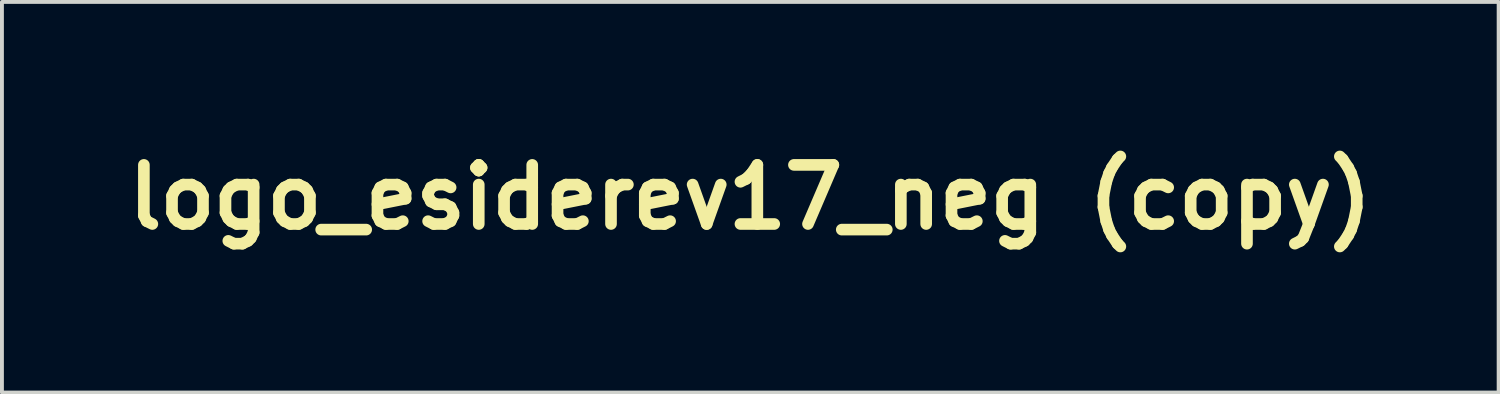
<source format=kicad_pcb>
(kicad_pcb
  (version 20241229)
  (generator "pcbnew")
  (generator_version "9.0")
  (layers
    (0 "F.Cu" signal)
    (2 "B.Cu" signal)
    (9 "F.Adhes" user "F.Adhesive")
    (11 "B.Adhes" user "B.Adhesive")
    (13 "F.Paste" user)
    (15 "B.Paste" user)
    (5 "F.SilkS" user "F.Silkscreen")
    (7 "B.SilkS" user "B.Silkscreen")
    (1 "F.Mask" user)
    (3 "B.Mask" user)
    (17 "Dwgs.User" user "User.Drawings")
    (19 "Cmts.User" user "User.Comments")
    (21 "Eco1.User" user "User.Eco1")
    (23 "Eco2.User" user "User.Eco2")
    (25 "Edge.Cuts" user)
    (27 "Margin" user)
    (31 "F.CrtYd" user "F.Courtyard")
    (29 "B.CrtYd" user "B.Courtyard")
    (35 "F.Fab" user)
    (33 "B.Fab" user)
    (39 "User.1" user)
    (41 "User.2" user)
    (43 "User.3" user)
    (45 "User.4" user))
  (footprint "logo_esiderev17_neg (copy)"
    (layer "F.Cu")
    (at 16.3 2.037)
    (property "Reference" "logo_esiderev17_neg (copy)" (at 0 0 0) (layer "F.SilkS") (effects (font (size 1.524 1.524) (thickness 0.3))))
    (attr through_hole)
    (fp_poly (pts (xy -1.898 -0.166) (xy -1.781 -0.163) (xy -1.698 -0.159) (xy -1.643 -0.153) (xy -1.608 -0.144) (xy -1.585 -0.13) (xy -1.566 -0.111) (xy -1.564 -0.109) (xy -1.531 -0.04) (xy -1.524 0.039) (xy -1.544 0.111) (xy -1.57 0.147) (xy -1.589 0.162) (xy -1.613 0.174) (xy -1.647 0.181) (xy -1.699 0.186) (xy -1.774 0.189) (xy -1.88 0.19) (xy -2.015 0.191) (xy -2.413 0.191) (xy -2.413 0.094) (xy -2.399 -0.016) (xy -2.358 -0.094) (xy -2.289 -0.143) (xy -2.27 -0.149) (xy -2.212 -0.159) (xy -2.12 -0.165) (xy -2.002 -0.167) (xy -1.898 -0.166)) (stroke (width 0.01) (type solid)) (fill yes) (layer "F.Mask"))
    (fp_poly (pts (xy -3.409 0.152) (xy -3.411 0.319) (xy -3.419 0.449) (xy -3.437 0.547) (xy -3.468 0.616) (xy -3.516 0.663) (xy -3.584 0.692) (xy -3.678 0.707) (xy -3.799 0.714) (xy -3.849 0.715) (xy -3.967 0.716) (xy -4.052 0.714) (xy -4.114 0.708) (xy -4.162 0.697) (xy -4.203 0.68) (xy -4.273 0.637) (xy -4.321 0.578) (xy -4.352 0.497) (xy -4.368 0.387) (xy -4.371 0.275) (xy -4.366 0.146) (xy -4.348 0.05) (xy -4.315 -0.025) (xy -4.262 -0.086) (xy -4.227 -0.114) (xy -4.202 -0.13) (xy -4.173 -0.142) (xy -4.132 -0.151) (xy -4.074 -0.157) (xy -3.991 -0.161) (xy -3.876 -0.164) (xy -3.787 -0.166) (xy -3.408 -0.173) (xy -3.409 0.152)) (stroke (width 0.01) (type solid)) (fill yes) (layer "F.Mask"))
    (fp_poly (pts (xy 10.16 2.032) (xy -10.16 2.032) (xy -10.16 0.484) (xy -9.009 0.484) (xy -8.999 0.607) (xy -8.961 0.722) (xy -8.894 0.821) (xy -8.8 0.897) (xy -8.777 0.908) (xy -8.723 0.933) (xy -8.667 0.952) (xy -8.605 0.966) (xy -8.529 0.977) (xy -8.434 0.984) (xy -8.314 0.989) (xy -8.163 0.991) (xy -7.996 0.993) (xy -7.493 0.995) (xy -7.493 0.677) (xy -8.002 0.677) (xy -8.17 0.677) (xy -8.301 0.675) (xy -8.4 0.672) (xy -8.473 0.667) (xy -8.524 0.661) (xy -8.558 0.652) (xy -8.573 0.645) (xy -8.635 0.6) (xy -8.668 0.537) (xy -8.678 0.447) (xy -8.678 0.445) (xy -8.675 0.381) (xy -8.663 0.33) (xy -8.637 0.29) (xy -8.594 0.26) (xy -8.529 0.239) (xy -8.438 0.225) (xy -8.318 0.217) (xy -8.163 0.213) (xy -7.979 0.212) (xy -7.493 0.212) (xy -7.493 -0.000223) (xy -7.073 -0.000223) (xy -7.054 0.111) (xy -7.008 0.213) (xy -6.935 0.295) (xy -6.873 0.336) (xy -6.829 0.356) (xy -6.784 0.37) (xy -6.728 0.38) (xy -6.654 0.388) (xy -6.553 0.393) (xy -6.444 0.397) (xy -6.319 0.402) (xy -6.229 0.406) (xy -6.168 0.412) (xy -6.129 0.42) (xy -6.103 0.432) (xy -6.084 0.448) (xy -6.074 0.461) (xy -6.037 0.534) (xy -6.043 0.606) (xy -6.084 0.668) (xy -6.102 0.685) (xy -6.121 0.698) (xy -6.147 0.707) (xy -6.186 0.713) (xy -6.243 0.717) (xy -6.325 0.719) (xy -6.437 0.72) (xy -6.586 0.72) (xy -7.048 0.72) (xy -7.048 0.998) (xy -6.556 0.991) (xy -6.398 0.989) (xy -6.276 0.986) (xy -6.185 0.982) (xy -6.117 0.977) (xy -6.068 0.971) (xy -6.03 0.961) (xy -5.999 0.949) (xy -5.976 0.937) (xy -5.89 0.88) (xy -5.833 0.813) (xy -5.799 0.725) (xy -5.783 0.608) (xy -5.782 0.582) (xy -5.78 0.493) (xy -5.784 0.432) (xy -5.797 0.388) (xy -5.82 0.345) (xy -5.825 0.339) (xy -5.866 0.285) (xy -5.914 0.245) (xy -5.974 0.215) (xy -6.054 0.194) (xy -6.16 0.18) (xy -6.299 0.171) (xy -6.382 0.167) (xy -6.496 0.162) (xy -6.595 0.158) (xy -6.67 0.155) (xy -6.715 0.152) (xy -6.724 0.151) (xy -6.778 0.086) (xy -6.794 0.004) (xy -6.792 -0.049) (xy -6.781 -0.09) (xy -6.758 -0.12) (xy -6.718 -0.142) (xy -6.655 -0.156) (xy -6.565 -0.164) (xy -6.444 -0.168) (xy -6.286 -0.169) (xy -6.246 -0.169) (xy -5.821 -0.169) (xy -5.821 -0.423) (xy -5.355 -0.423) (xy -5.355 0.995) (xy -5.08 0.995) (xy -5.08 0.275) (xy -4.646 0.275) (xy -4.645 0.391) (xy -4.641 0.475) (xy -4.634 0.538) (xy -4.621 0.589) (xy -4.601 0.639) (xy -4.597 0.646) (xy -4.532 0.757) (xy -4.448 0.854) (xy -4.359 0.921) (xy -4.353 0.924) (xy -4.292 0.95) (xy -4.219 0.969) (xy -4.128 0.981) (xy -4.012 0.987) (xy -3.863 0.988) (xy -3.799 0.987) (xy -3.672 0.984) (xy -3.578 0.98) (xy -3.51 0.973) (xy -3.46 0.963) (xy -3.419 0.948) (xy -3.397 0.937) (xy -3.291 0.865) (xy -3.214 0.772) (xy -3.181 0.709) (xy -3.172 0.684) (xy -3.164 0.654) (xy -3.157 0.614) (xy -3.152 0.56) (xy -3.148 0.488) (xy -3.145 0.394) (xy -3.142 0.273) (xy -3.142 0.269) (xy -2.667 0.269) (xy -2.665 0.441) (xy -2.659 0.578) (xy -2.646 0.683) (xy -2.625 0.763) (xy -2.593 0.824) (xy -2.55 0.872) (xy -2.494 0.911) (xy -2.466 0.927) (xy -2.425 0.946) (xy -2.38 0.961) (xy -2.325 0.972) (xy -2.254 0.981) (xy -2.163 0.986) (xy -2.044 0.99) (xy -1.892 0.992) (xy -1.783 0.992) (xy -1.312 0.995) (xy -1.312 0.72) (xy -1.798 0.72) (xy -1.954 0.72) (xy -2.072 0.719) (xy -2.161 0.717) (xy -2.223 0.714) (xy -2.267 0.708) (xy -2.297 0.7) (xy -2.318 0.688) (xy -2.338 0.673) (xy -2.342 0.67) (xy -2.379 0.63) (xy -2.396 0.582) (xy -2.401 0.516) (xy -2.402 0.413) (xy -1.947 0.402) (xy -1.795 0.398) (xy -1.678 0.394) (xy -1.592 0.389) (xy -1.529 0.383) (xy -1.484 0.375) (xy -1.45 0.364) (xy -1.421 0.35) (xy -1.418 0.348) (xy -1.331 0.273) (xy -1.275 0.171) (xy -1.25 0.041) (xy -1.249 0.005) (xy -1.26 -0.125) (xy -1.294 -0.226) (xy -1.355 -0.308) (xy -1.368 -0.32) (xy -1.411 -0.354) (xy -1.457 -0.38) (xy -1.514 -0.399) (xy -1.587 -0.411) (xy -1.684 -0.419) (xy -1.811 -0.422) (xy -1.959 -0.423) (xy -2.096 -0.423) (xy -2.198 -0.422) (xy -2.272 -0.419) (xy -2.327 -0.413) (xy -2.369 -0.404) (xy -2.406 -0.39) (xy -2.445 -0.371) (xy -2.457 -0.365) (xy -2.539 -0.312) (xy -2.596 -0.251) (xy -2.618 -0.213) (xy -2.635 -0.178) (xy -2.648 -0.143) (xy -2.657 -0.101) (xy -2.662 -0.044) (xy -2.665 0.033) (xy -2.667 0.139) (xy -2.667 0.269) (xy -3.142 0.269) (xy -3.14 0.121) (xy -3.138 -0.066) (xy -3.137 -0.217) (xy -3.132 -0.826) (xy -0.021 -0.826) (xy -0.021 -0.529) (xy 0.471 -0.529) (xy 0.65 -0.528) (xy 0.791 -0.526) (xy 0.901 -0.521) (xy 0.985 -0.513) (xy 1.048 -0.501) (xy 1.095 -0.484) (xy 1.132 -0.462) (xy 1.157 -0.442) (xy 1.204 -0.371) (xy 1.221 -0.283) (xy 1.21 -0.192) (xy 1.171 -0.109) (xy 1.128 -0.064) (xy 1.106 -0.049) (xy 1.08 -0.038) (xy 1.044 -0.03) (xy 0.99 -0.025) (xy 0.912 -0.023) (xy 0.806 -0.021) (xy 0.663 -0.021) (xy 0.659 -0.021) (xy 0.485 -0.019) (xy 0.349 -0.016) (xy 0.244 -0.009) (xy 0.166 0.002) (xy 0.108 0.018) (xy 0.066 0.039) (xy 0.033 0.067) (xy 0.026 0.074) (xy 0.01 0.094) (xy -0.002 0.117) (xy -0.01 0.148) (xy -0.016 0.193) (xy -0.019 0.259) (xy -0.021 0.352) (xy -0.021 0.477) (xy -0.021 0.562) (xy -0.021 0.995) (xy 0.275 0.995) (xy 0.275 0.659) (xy 0.276 0.524) (xy 0.279 0.427) (xy 0.284 0.36) (xy 0.292 0.32) (xy 0.304 0.299) (xy 0.305 0.298) (xy 0.344 0.286) (xy 0.424 0.28) (xy 0.545 0.279) (xy 0.573 0.28) (xy 0.813 0.286) (xy 1.022 0.64) (xy 1.232 0.995) (xy 1.567 0.995) (xy 1.535 0.932) (xy 1.513 0.892) (xy 1.474 0.824) (xy 1.423 0.735) (xy 1.365 0.634) (xy 1.333 0.581) (xy 1.278 0.484) (xy 1.891 0.484) (xy 1.901 0.607) (xy 1.94 0.722) (xy 2.007 0.821) (xy 2.101 0.897) (xy 2.123 0.908) (xy 2.178 0.933) (xy 2.233 0.952) (xy 2.296 0.966) (xy 2.372 0.977) (xy 2.467 0.984) (xy 2.587 0.989) (xy 2.737 0.991) (xy 2.905 0.993) (xy 3.408 0.995) (xy 3.408 0.677) (xy 2.899 0.677) (xy 2.731 0.677) (xy 2.6 0.675) (xy 2.501 0.672) (xy 2.428 0.667) (xy 2.377 0.661) (xy 2.342 0.652) (xy 2.328 0.645) (xy 2.266 0.6) (xy 2.233 0.537) (xy 2.223 0.447) (xy 2.223 0.445) (xy 2.226 0.381) (xy 2.238 0.33) (xy 2.264 0.29) (xy 2.307 0.26) (xy 2.372 0.239) (xy 2.463 0.225) (xy 2.583 0.217) (xy 2.738 0.213) (xy 2.921 0.212) (xy 3.408 0.212) (xy 3.408 -0.064) (xy 2.91 -0.064) (xy 2.731 -0.064) (xy 2.589 -0.067) (xy 2.48 -0.072) (xy 2.399 -0.081) (xy 2.34 -0.095) (xy 2.299 -0.114) (xy 2.271 -0.14) (xy 2.251 -0.173) (xy 2.245 -0.188) (xy 2.227 -0.271) (xy 2.236 -0.358) (xy 2.267 -0.431) (xy 2.283 -0.451) (xy 2.313 -0.474) (xy 2.355 -0.492) (xy 2.414 -0.506) (xy 2.495 -0.516) (xy 2.602 -0.523) (xy 2.741 -0.526) (xy 2.916 -0.528) (xy 2.958 -0.528) (xy 3.408 -0.529) (xy 3.408 -0.801) (xy 3.752 -0.801) (xy 3.756 -0.789) (xy 3.767 -0.761) (xy 3.79 -0.699) (xy 3.826 -0.605) (xy 3.87 -0.487) (xy 3.923 -0.347) (xy 3.982 -0.191) (xy 4.045 -0.024) (xy 4.046 -0.021) (xy 4.128 0.196) (xy 4.196 0.378) (xy 4.253 0.527) (xy 4.3 0.646) (xy 4.339 0.74) (xy 4.371 0.812) (xy 4.397 0.865) (xy 4.42 0.903) (xy 4.441 0.929) (xy 4.462 0.947) (xy 4.484 0.961) (xy 4.51 0.972) (xy 4.513 0.974) (xy 4.625 1.007) (xy 4.75 1.015) (xy 4.871 0.999) (xy 4.941 0.974) (xy 5.004 0.934) (xy 5.055 0.885) (xy 5.064 0.871) (xy 5.079 0.84) (xy 5.106 0.776) (xy 5.145 0.683) (xy 5.193 0.566) (xy 5.248 0.431) (xy 5.308 0.282) (xy 5.372 0.125) (xy 5.436 -0.034) (xy 5.499 -0.191) (xy 5.558 -0.341) (xy 5.612 -0.477) (xy 5.634 -0.534) (xy 6.731 -0.534) (xy 6.851 -0.524) (xy 6.936 -0.511) (xy 6.987 -0.488) (xy 6.999 -0.475) (xy 7.007 -0.456) (xy 7.013 -0.42) (xy 7.018 -0.364) (xy 7.022 -0.282) (xy 7.025 -0.173) (xy 7.026 -0.031) (xy 7.027 0.146) (xy 7.027 0.279) (xy 7.027 0.995) (xy 7.348 0.995) (xy 7.341 0.206) (xy 7.339 0.001) (xy 7.337 -0.167) (xy 7.335 -0.301) (xy 7.332 -0.406) (xy 7.328 -0.486) (xy 7.325 -0.529) (xy 7.705 -0.529) (xy 8.26 -0.529) (xy 8.444 -0.528) (xy 8.591 -0.527) (xy 8.704 -0.523) (xy 8.787 -0.516) (xy 8.847 -0.506) (xy 8.886 -0.491) (xy 8.909 -0.47) (xy 8.921 -0.443) (xy 8.927 -0.409) (xy 8.927 -0.402) (xy 8.927 -0.379) (xy 8.92 -0.353) (xy 8.905 -0.319) (xy 8.88 -0.274) (xy 8.841 -0.214) (xy 8.787 -0.136) (xy 8.715 -0.035) (xy 8.622 0.091) (xy 8.507 0.248) (xy 8.486 0.275) (xy 8.381 0.418) (xy 8.282 0.551) (xy 8.193 0.672) (xy 8.116 0.776) (xy 8.056 0.857) (xy 8.015 0.913) (xy 7.998 0.937) (xy 7.956 0.995) (xy 8.35 0.992) (xy 8.752 0.442) (xy 8.881 0.266) (xy 8.986 0.12) (xy 9.071 -0.001) (xy 9.137 -0.099) (xy 9.187 -0.179) (xy 9.222 -0.245) (xy 9.246 -0.301) (xy 9.261 -0.351) (xy 9.268 -0.399) (xy 9.27 -0.448) (xy 9.271 -0.457) (xy 9.256 -0.58) (xy 9.211 -0.676) (xy 9.132 -0.752) (xy 9.102 -0.771) (xy 9.079 -0.784) (xy 9.053 -0.793) (xy 9.019 -0.801) (xy 8.973 -0.807) (xy 8.909 -0.811) (xy 8.822 -0.815) (xy 8.709 -0.817) (xy 8.563 -0.819) (xy 8.379 -0.821) (xy 8.366 -0.821) (xy 7.705 -0.828) (xy 7.705 -0.529) (xy 7.325 -0.529) (xy 7.323 -0.546) (xy 7.317 -0.59) (xy 7.31 -0.623) (xy 7.301 -0.649) (xy 7.294 -0.662) (xy 7.254 -0.725) (xy 7.199 -0.769) (xy 7.123 -0.798) (xy 7.018 -0.815) (xy 6.927 -0.821) (xy 6.731 -0.831) (xy 6.731 -0.534) (xy 5.634 -0.534) (xy 5.658 -0.595) (xy 5.695 -0.691) (xy 5.72 -0.757) (xy 5.731 -0.788) (xy 5.732 -0.807) (xy 5.716 -0.818) (xy 5.677 -0.824) (xy 5.606 -0.825) (xy 5.573 -0.826) (xy 5.405 -0.826) (xy 5.124 -0.111) (xy 5.058 0.055) (xy 4.996 0.21) (xy 4.94 0.349) (xy 4.892 0.467) (xy 4.853 0.56) (xy 4.826 0.623) (xy 4.813 0.651) (xy 4.77 0.688) (xy 4.716 0.698) (xy 4.668 0.679) (xy 4.661 0.672) (xy 4.649 0.646) (xy 4.623 0.586) (xy 4.587 0.495) (xy 4.541 0.378) (xy 4.487 0.24) (xy 4.428 0.085) (xy 4.365 -0.081) (xy 4.364 -0.085) (xy 4.089 -0.815) (xy 3.915 -0.821) (xy 3.83 -0.823) (xy 3.78 -0.822) (xy 3.756 -0.815) (xy 3.752 -0.801) (xy 3.408 -0.801) (xy 3.408 -0.828) (xy 2.842 -0.821) (xy 2.672 -0.819) (xy 2.539 -0.817) (xy 2.437 -0.815) (xy 2.36 -0.811) (xy 2.302 -0.805) (xy 2.258 -0.798) (xy 2.222 -0.787) (xy 2.188 -0.774) (xy 2.155 -0.759) (xy 2.047 -0.694) (xy 1.973 -0.613) (xy 1.929 -0.51) (xy 1.909 -0.376) (xy 1.908 -0.368) (xy 1.915 -0.22) (xy 1.953 -0.101) (xy 2.021 -0.011) (xy 2.066 0.022) (xy 2.139 0.068) (xy 2.043 0.152) (xy 1.962 0.249) (xy 1.911 0.362) (xy 1.891 0.484) (xy 1.278 0.484) (xy 1.276 0.481) (xy 1.226 0.394) (xy 1.189 0.326) (xy 1.168 0.284) (xy 1.164 0.274) (xy 1.182 0.254) (xy 1.204 0.244) (xy 1.245 0.224) (xy 1.302 0.189) (xy 1.329 0.17) (xy 1.421 0.079) (xy 1.486 -0.036) (xy 1.523 -0.167) (xy 1.532 -0.304) (xy 1.514 -0.439) (xy 1.467 -0.563) (xy 1.391 -0.669) (xy 1.358 -0.699) (xy 1.311 -0.735) (xy 1.263 -0.763) (xy 1.207 -0.785) (xy 1.139 -0.801) (xy 1.054 -0.812) (xy 0.945 -0.82) (xy 0.807 -0.824) (xy 0.636 -0.825) (xy 0.525 -0.826) (xy -0.021 -0.826) (xy -3.132 -0.826) (xy -3.13 -1.058) (xy -3.408 -1.058) (xy -3.408 -0.423) (xy -3.796 -0.423) (xy -3.962 -0.422) (xy -4.093 -0.417) (xy -4.195 -0.407) (xy -4.276 -0.391) (xy -4.342 -0.366) (xy -4.4 -0.333) (xy -4.457 -0.288) (xy -4.461 -0.286) (xy -4.521 -0.221) (xy -4.576 -0.139) (xy -4.595 -0.101) (xy -4.617 -0.048) (xy -4.631 0.003) (xy -4.64 0.064) (xy -4.644 0.144) (xy -4.646 0.254) (xy -4.646 0.275) (xy -5.08 0.275) (xy -5.08 -0.423) (xy -5.355 -0.423) (xy -5.821 -0.423) (xy -6.303 -0.423) (xy -6.459 -0.423) (xy -6.579 -0.422) (xy -6.669 -0.42) (xy -6.735 -0.416) (xy -6.784 -0.41) (xy -6.822 -0.401) (xy -6.854 -0.388) (xy -6.88 -0.376) (xy -6.969 -0.309) (xy -7.03 -0.219) (xy -7.065 -0.113) (xy -7.073 -0.000223) (xy -7.493 -0.000223) (xy -7.493 -0.064) (xy -7.991 -0.064) (xy -8.17 -0.064) (xy -8.312 -0.067) (xy -8.421 -0.072) (xy -8.502 -0.081) (xy -8.561 -0.095) (xy -8.601 -0.114) (xy -8.629 -0.14) (xy -8.649 -0.173) (xy -8.656 -0.188) (xy -8.673 -0.271) (xy -8.665 -0.358) (xy -8.634 -0.431) (xy -8.618 -0.451) (xy -8.588 -0.474) (xy -8.545 -0.492) (xy -8.486 -0.506) (xy -8.406 -0.516) (xy -8.298 -0.523) (xy -8.16 -0.526) (xy -7.984 -0.528) (xy -7.943 -0.528) (xy -7.493 -0.529) (xy -7.493 -0.828) (xy -8.059 -0.821) (xy -8.229 -0.819) (xy -8.362 -0.817) (xy -8.464 -0.815) (xy -8.541 -0.811) (xy -8.598 -0.805) (xy -8.642 -0.798) (xy -8.678 -0.787) (xy -8.712 -0.774) (xy -8.746 -0.759) (xy -8.853 -0.694) (xy -8.927 -0.613) (xy -8.972 -0.51) (xy -8.992 -0.376) (xy -8.993 -0.368) (xy -8.985 -0.22) (xy -8.948 -0.101) (xy -8.88 -0.011) (xy -8.835 0.022) (xy -8.762 0.068) (xy -8.858 0.152) (xy -8.939 0.249) (xy -8.99 0.362) (xy -9.009 0.484) (xy -10.16 0.484) (xy -10.16 -0.974) (xy -5.355 -0.974) (xy -5.355 -0.656) (xy -5.08 -0.656) (xy -5.08 -0.974) (xy -5.355 -0.974) (xy -10.16 -0.974) (xy -10.16 -2.032) (xy 10.16 -2.032) (xy 10.16 2.032)) (stroke (width 0.01) (type solid)) (fill yes) (layer "F.Mask")))
  (gr_rect
    (start -3 -3)
    (end 35.599 7.074)
    (stroke (width 0.1) (type default))
    (fill no)
    (layer "Edge.Cuts")))
</source>
